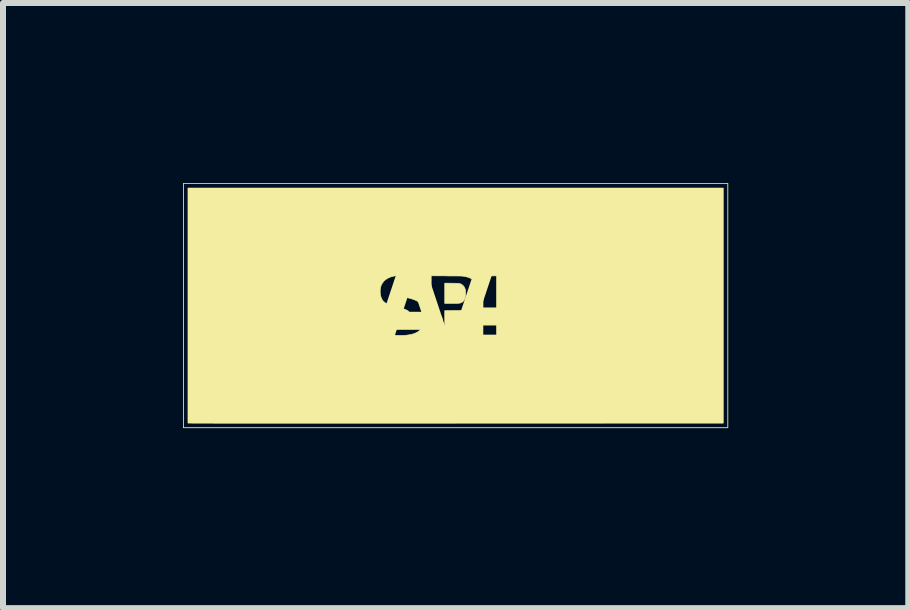
<source format=kicad_pcb>
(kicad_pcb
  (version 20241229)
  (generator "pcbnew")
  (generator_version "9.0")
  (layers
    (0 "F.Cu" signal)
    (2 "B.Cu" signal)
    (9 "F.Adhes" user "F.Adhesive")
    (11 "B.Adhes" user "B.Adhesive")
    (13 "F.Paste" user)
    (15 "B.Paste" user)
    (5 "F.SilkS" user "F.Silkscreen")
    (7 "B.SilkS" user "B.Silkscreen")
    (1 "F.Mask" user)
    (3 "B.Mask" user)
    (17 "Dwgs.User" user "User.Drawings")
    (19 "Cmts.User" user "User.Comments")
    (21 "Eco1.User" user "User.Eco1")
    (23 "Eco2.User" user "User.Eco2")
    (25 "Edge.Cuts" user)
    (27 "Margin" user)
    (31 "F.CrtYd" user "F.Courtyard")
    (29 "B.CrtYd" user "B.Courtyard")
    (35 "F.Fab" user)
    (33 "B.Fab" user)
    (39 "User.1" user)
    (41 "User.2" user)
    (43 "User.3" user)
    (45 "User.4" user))
  (footprint "A4"
    (layer "F.Cu")
    (at 4.541 2.042)
    (property "Reference" "A4" (at 0 0 0) (layer "F.SilkS") (effects (font (size 1.524 1.524) (thickness 0.3))))
    (attr through_hole)
    (fp_poly (pts (xy 4.539 2.037) (xy -4.536 2.037) (xy -4.536 -2.034) (xy -4.533 -2.034) (xy -4.533 2.034) (xy 4.536 2.034) (xy 4.536 -2.034) (xy -4.533 -2.034) (xy -4.536 -2.034) (xy -4.536 -2.037) (xy 4.539 -2.037) (xy 4.539 2.037)) (stroke (width 0.01) (type solid)) (fill yes) (layer "F.SilkS"))
    (fp_poly (pts (xy -0.064 -0.373) (xy -0.035 -0.372) (xy -0.011 -0.372) (xy 0.01 -0.372) (xy 0.027 -0.371) (xy 0.041 -0.37) (xy 0.052 -0.37) (xy 0.061 -0.368) (xy 0.069 -0.367) (xy 0.075 -0.365) (xy 0.081 -0.363) (xy 0.087 -0.36) (xy 0.093 -0.358) (xy 0.113 -0.344) (xy 0.132 -0.327) (xy 0.147 -0.306) (xy 0.158 -0.281) (xy 0.163 -0.269) (xy 0.166 -0.255) (xy 0.168 -0.237) (xy 0.168 -0.217) (xy 0.168 -0.195) (xy 0.167 -0.173) (xy 0.165 -0.153) (xy 0.161 -0.135) (xy 0.161 -0.135) (xy 0.153 -0.109) (xy 0.141 -0.088) (xy 0.127 -0.07) (xy 0.109 -0.056) (xy 0.098 -0.051) (xy 0.091 -0.047) (xy 0.083 -0.044) (xy 0.076 -0.042) (xy 0.067 -0.04) (xy 0.057 -0.039) (xy 0.046 -0.038) (xy 0.031 -0.037) (xy 0.015 -0.036) (xy -0.006 -0.036) (xy -0.03 -0.036) (xy -0.059 -0.036) (xy -0.069 -0.036) (xy -0.18 -0.036) (xy -0.18 -0.374) (xy -0.064 -0.373)) (stroke (width 0.01) (type solid)) (fill yes) (layer "F.SilkS"))
    (fp_poly (pts (xy 4.461 1.959) (xy 0.002 1.96) (xy -0.186 1.96) (xy -0.369 1.96) (xy -0.547 1.96) (xy -0.72 1.96) (xy -0.888 1.96) (xy -1.051 1.96) (xy -1.21 1.96) (xy -1.364 1.96) (xy -1.513 1.96) (xy -1.658 1.96) (xy -1.799 1.96) (xy -1.935 1.96) (xy -2.066 1.96) (xy -2.194 1.96) (xy -2.317 1.96) (xy -2.436 1.96) (xy -2.55 1.96) (xy -2.661 1.96) (xy -2.768 1.96) (xy -2.871 1.96) (xy -2.97 1.96) (xy -3.065 1.96) (xy -3.156 1.96) (xy -3.244 1.96) (xy -3.328 1.96) (xy -3.408 1.96) (xy -3.485 1.96) (xy -3.559 1.96) (xy -3.629 1.96) (xy -3.695 1.96) (xy -3.759 1.96) (xy -3.819 1.96) (xy -3.876 1.96) (xy -3.93 1.96) (xy -3.981 1.96) (xy -4.029 1.96) (xy -4.075 1.959) (xy -4.117 1.959) (xy -4.156 1.959) (xy -4.193 1.959) (xy -4.227 1.959) (xy -4.259 1.959) (xy -4.287 1.959) (xy -4.314 1.959) (xy -4.338 1.959) (xy -4.359 1.959) (xy -4.379 1.959) (xy -4.396 1.958) (xy -4.411 1.958) (xy -4.423 1.958) (xy -4.434 1.958) (xy -4.443 1.958) (xy -4.45 1.958) (xy -4.454 1.958) (xy -4.457 1.958) (xy -4.459 1.958) (xy -4.459 1.958) (xy -4.459 1.955) (xy -4.459 1.947) (xy -4.459 1.935) (xy -4.459 1.918) (xy -4.459 1.896) (xy -4.459 1.87) (xy -4.459 1.839) (xy -4.459 1.804) (xy -4.459 1.765) (xy -4.459 1.722) (xy -4.459 1.676) (xy -4.459 1.625) (xy -4.459 1.571) (xy -4.459 1.514) (xy -4.459 1.453) (xy -4.459 1.389) (xy -4.459 1.321) (xy -4.459 1.251) (xy -4.459 1.178) (xy -4.459 1.102) (xy -4.459 1.024) (xy -4.459 0.943) (xy -4.459 0.859) (xy -4.459 0.774) (xy -4.459 0.686) (xy -4.459 0.596) (xy -4.459 0.504) (xy -4.459 0.411) (xy -4.459 0.316) (xy -4.459 0.219) (xy -4.459 0.121) (xy -4.459 0.022) (xy -4.459 -0.003) (xy -4.459 -0.253) (xy -1.256 -0.253) (xy -1.255 -0.215) (xy -1.255 -0.211) (xy -1.252 -0.183) (xy -1.247 -0.158) (xy -1.24 -0.136) (xy -1.232 -0.116) (xy -1.23 -0.113) (xy -1.218 -0.091) (xy -1.203 -0.072) (xy -1.184 -0.056) (xy -1.172 -0.047) (xy -1.158 -0.038) (xy -1.143 -0.03) (xy -1.127 -0.022) (xy -1.11 -0.014) (xy -1.091 -0.007) (xy -1.069 -0.00002) (xy -1.044 0.007) (xy -1.016 0.015) (xy -0.983 0.023) (xy -0.947 0.032) (xy -0.946 0.032) (xy -0.913 0.04) (xy -0.882 0.049) (xy -0.854 0.058) (xy -0.83 0.068) (xy -0.81 0.077) (xy -0.794 0.087) (xy -0.784 0.095) (xy -0.772 0.109) (xy -0.762 0.128) (xy -0.754 0.149) (xy -0.753 0.153) (xy -0.75 0.165) (xy -0.749 0.181) (xy -0.748 0.199) (xy -0.748 0.217) (xy -0.749 0.235) (xy -0.75 0.251) (xy -0.753 0.262) (xy -0.761 0.287) (xy -0.773 0.309) (xy -0.786 0.326) (xy -0.802 0.339) (xy -0.82 0.349) (xy -0.842 0.357) (xy -0.868 0.363) (xy -0.897 0.367) (xy -0.928 0.37) (xy -0.96 0.37) (xy -0.994 0.369) (xy -1.028 0.365) (xy -1.057 0.361) (xy -1.086 0.354) (xy -1.119 0.345) (xy -1.152 0.335) (xy -1.185 0.323) (xy -1.215 0.311) (xy -1.222 0.308) (xy -1.233 0.304) (xy -1.241 0.3) (xy -1.247 0.298) (xy -1.249 0.297) (xy -1.249 0.299) (xy -1.248 0.306) (xy -1.246 0.316) (xy -1.243 0.329) (xy -1.239 0.343) (xy -1.235 0.359) (xy -1.231 0.376) (xy -1.227 0.392) (xy -1.223 0.408) (xy -1.219 0.422) (xy -1.216 0.433) (xy -1.213 0.442) (xy -1.211 0.447) (xy -1.211 0.448) (xy -1.204 0.451) (xy -1.193 0.455) (xy -1.178 0.459) (xy -1.161 0.464) (xy -1.142 0.469) (xy -1.122 0.474) (xy -1.101 0.479) (xy -1.081 0.483) (xy -1.063 0.487) (xy -1.056 0.488) (xy -1.021 0.492) (xy -0.981 0.496) (xy -0.94 0.497) (xy -0.899 0.498) (xy -0.859 0.496) (xy -0.822 0.494) (xy -0.814 0.493) (xy -0.795 0.49) (xy -0.406 0.49) (xy -0.18 0.49) (xy 0.457 0.49) (xy 0.683 0.49) (xy 0.683 -0.495) (xy 0.458 -0.494) (xy 0.458 -0.002) (xy 0.457 0.49) (xy -0.18 0.49) (xy -0.18 0.084) (xy -0.037 0.083) (xy -0.005 0.083) (xy 0.024 0.083) (xy 0.048 0.082) (xy 0.069 0.082) (xy 0.087 0.081) (xy 0.103 0.08) (xy 0.117 0.079) (xy 0.13 0.078) (xy 0.142 0.077) (xy 0.154 0.075) (xy 0.166 0.072) (xy 0.179 0.07) (xy 0.19 0.067) (xy 0.221 0.059) (xy 0.25 0.046) (xy 0.277 0.029) (xy 0.302 0.009) (xy 0.323 -0.013) (xy 0.342 -0.038) (xy 0.355 -0.064) (xy 0.355 -0.065) (xy 0.365 -0.091) (xy 0.372 -0.118) (xy 0.376 -0.149) (xy 0.378 -0.182) (xy 0.379 -0.207) (xy 0.377 -0.248) (xy 0.372 -0.287) (xy 0.363 -0.322) (xy 0.352 -0.353) (xy 0.337 -0.381) (xy 0.319 -0.405) (xy 0.297 -0.425) (xy 0.293 -0.429) (xy 0.269 -0.445) (xy 0.243 -0.458) (xy 0.214 -0.47) (xy 0.182 -0.479) (xy 0.146 -0.486) (xy 0.129 -0.489) (xy 0.124 -0.49) (xy 0.118 -0.491) (xy 0.111 -0.491) (xy 0.102 -0.492) (xy 0.092 -0.492) (xy 0.08 -0.492) (xy 0.066 -0.493) (xy 0.049 -0.493) (xy 0.029 -0.493) (xy 0.005 -0.494) (xy -0.022 -0.494) (xy -0.052 -0.494) (xy -0.087 -0.494) (xy -0.127 -0.494) (xy -0.153 -0.495) (xy -0.406 -0.496) (xy -0.406 0.49) (xy -0.795 0.49) (xy -0.772 0.487) (xy -0.735 0.48) (xy -0.702 0.471) (xy -0.672 0.46) (xy -0.645 0.447) (xy -0.621 0.432) (xy -0.6 0.414) (xy -0.592 0.407) (xy -0.57 0.382) (xy -0.551 0.354) (xy -0.536 0.325) (xy -0.526 0.3) (xy -0.518 0.271) (xy -0.512 0.24) (xy -0.508 0.206) (xy -0.506 0.172) (xy -0.506 0.139) (xy -0.509 0.108) (xy -0.512 0.092) (xy -0.519 0.062) (xy -0.529 0.035) (xy -0.542 0.011) (xy -0.558 -0.01) (xy -0.578 -0.031) (xy -0.602 -0.051) (xy -0.62 -0.063) (xy -0.636 -0.073) (xy -0.652 -0.081) (xy -0.668 -0.089) (xy -0.685 -0.096) (xy -0.704 -0.103) (xy -0.726 -0.11) (xy -0.751 -0.118) (xy -0.778 -0.125) (xy -0.802 -0.131) (xy -0.821 -0.136) (xy -0.838 -0.141) (xy -0.855 -0.145) (xy -0.871 -0.15) (xy -0.889 -0.156) (xy -0.909 -0.162) (xy -0.919 -0.165) (xy -0.941 -0.173) (xy -0.96 -0.179) (xy -0.974 -0.186) (xy -0.986 -0.192) (xy -0.996 -0.199) (xy -1.002 -0.203) (xy -1.014 -0.216) (xy -1.021 -0.23) (xy -1.025 -0.246) (xy -1.025 -0.264) (xy -1.024 -0.271) (xy -1.018 -0.293) (xy -1.009 -0.312) (xy -0.997 -0.328) (xy -0.982 -0.341) (xy -0.968 -0.348) (xy -0.944 -0.355) (xy -0.916 -0.361) (xy -0.885 -0.365) (xy -0.852 -0.367) (xy -0.817 -0.367) (xy -0.781 -0.365) (xy -0.745 -0.362) (xy -0.709 -0.357) (xy -0.675 -0.35) (xy -0.672 -0.349) (xy -0.641 -0.341) (xy -0.611 -0.332) (xy -0.583 -0.321) (xy -0.562 -0.312) (xy -0.55 -0.307) (xy -0.542 -0.304) (xy -0.538 -0.303) (xy -0.537 -0.304) (xy -0.537 -0.304) (xy -0.538 -0.308) (xy -0.54 -0.315) (xy -0.543 -0.327) (xy -0.547 -0.341) (xy -0.551 -0.358) (xy -0.556 -0.376) (xy -0.557 -0.383) (xy -0.562 -0.402) (xy -0.566 -0.419) (xy -0.57 -0.434) (xy -0.574 -0.446) (xy -0.576 -0.454) (xy -0.577 -0.459) (xy -0.578 -0.459) (xy -0.581 -0.461) (xy -0.59 -0.464) (xy -0.601 -0.467) (xy -0.616 -0.47) (xy -0.632 -0.474) (xy -0.65 -0.478) (xy -0.669 -0.482) (xy -0.688 -0.486) (xy -0.706 -0.489) (xy -0.723 -0.492) (xy -0.737 -0.495) (xy -0.74 -0.495) (xy -0.762 -0.497) (xy -0.787 -0.499) (xy -0.814 -0.501) (xy -0.843 -0.502) (xy -0.871 -0.503) (xy -0.899 -0.503) (xy -0.925 -0.503) (xy -0.948 -0.502) (xy -0.969 -0.501) (xy -0.984 -0.499) (xy -1.028 -0.491) (xy -1.068 -0.481) (xy -1.103 -0.468) (xy -1.135 -0.452) (xy -1.163 -0.434) (xy -1.168 -0.431) (xy -1.193 -0.407) (xy -1.214 -0.381) (xy -1.232 -0.353) (xy -1.244 -0.322) (xy -1.252 -0.288) (xy -1.256 -0.253) (xy -4.459 -0.253) (xy -4.459 -1.959) (xy 4.461 -1.959) (xy 4.461 1.959)) (stroke (width 0.01) (type solid)) (fill yes) (layer "F.SilkS")))
  (gr_rect
    (start -3 -3)
    (end 12.085 7.084)
    (stroke (width 0.1) (type default))
    (fill no)
    (layer "Edge.Cuts")))
</source>
